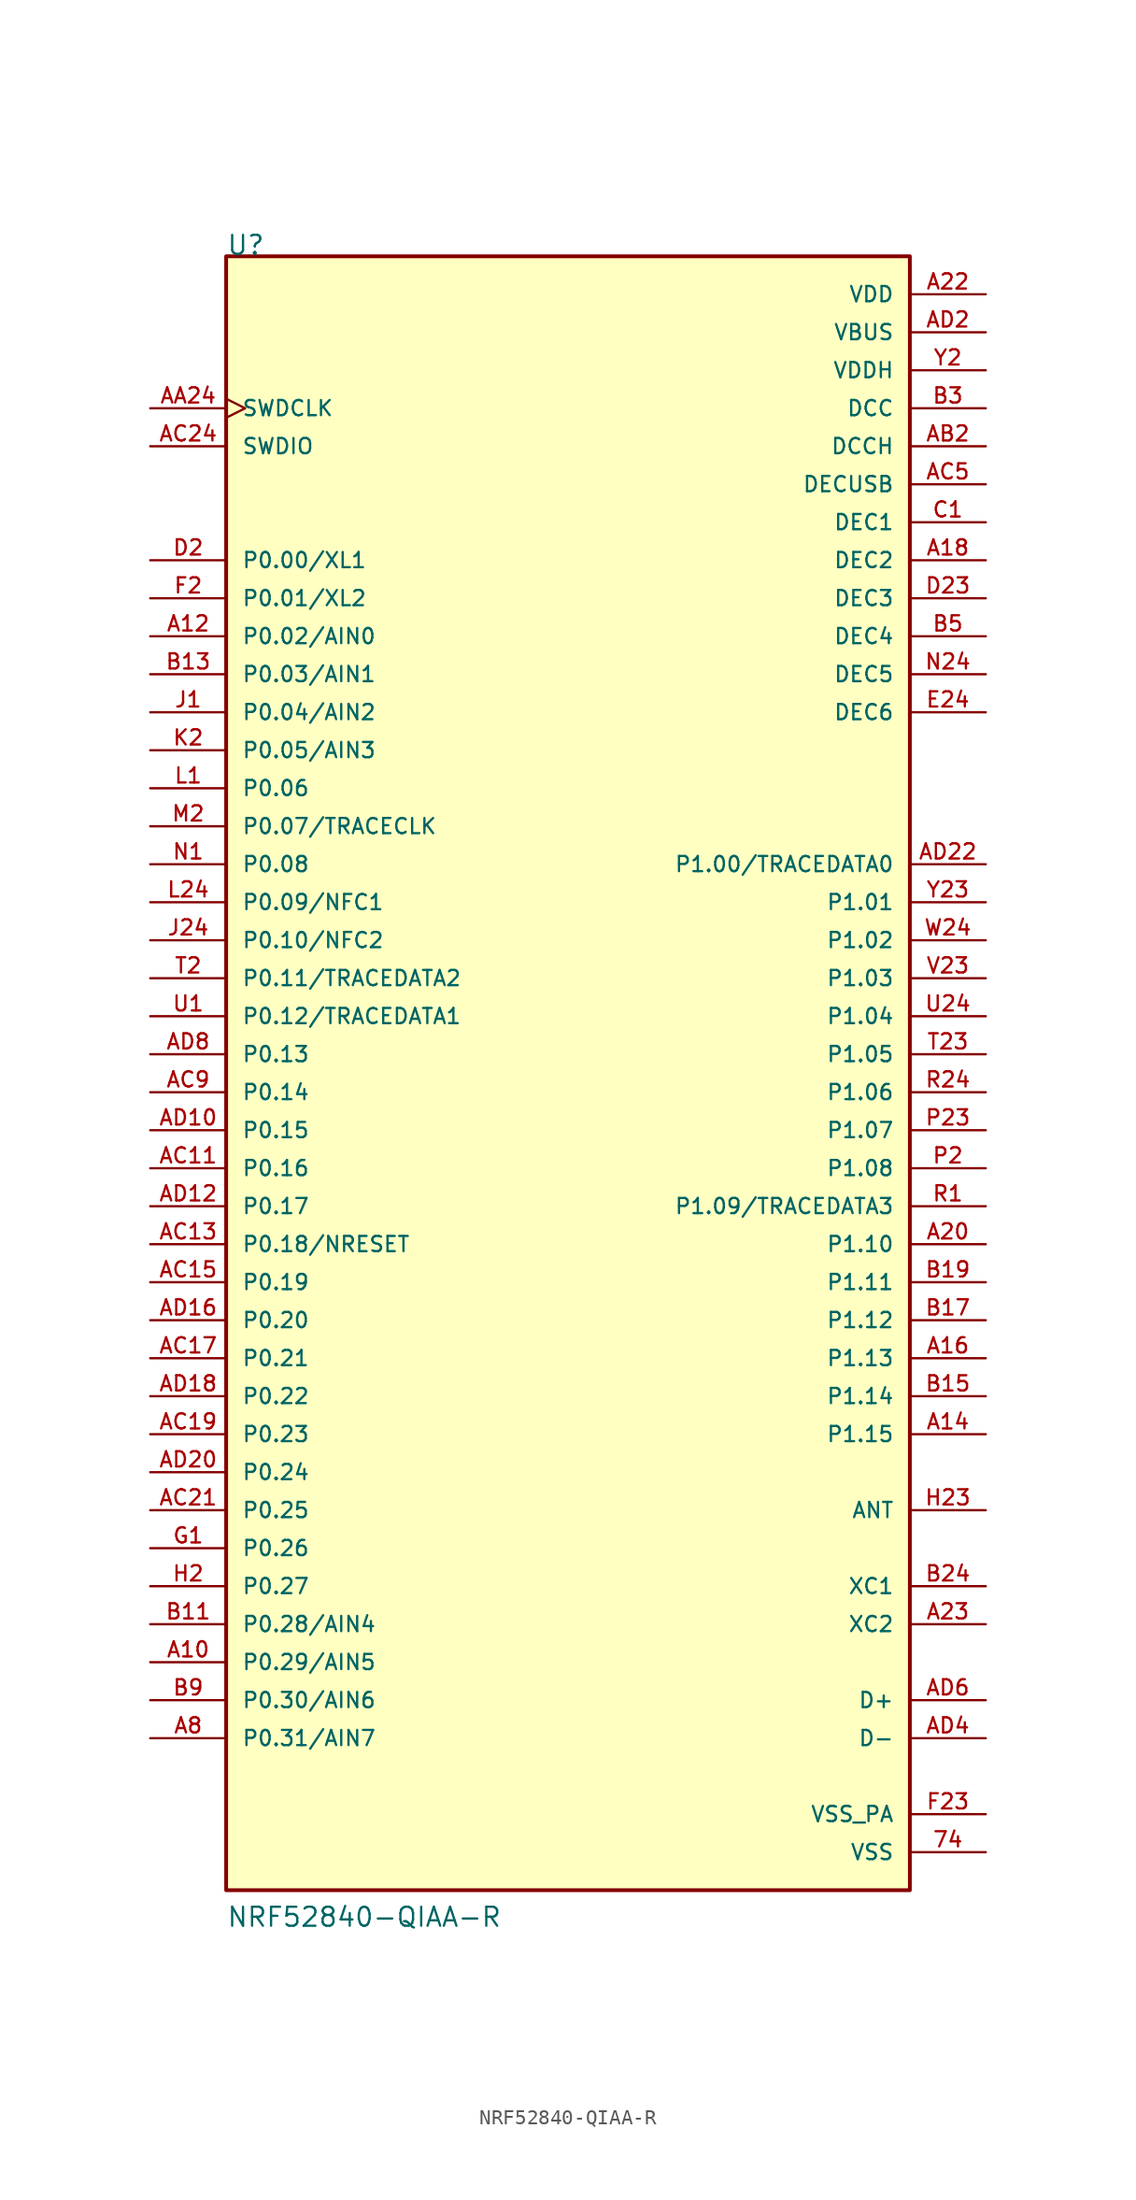
<source format=kicad_sym>
(kicad_symbol_lib
  (version 20211014)
  (generator kicad_symbol_editor)
  (symbol "NRF52840-QIAA-R"
    (pin_names
      (offset 1.016))
    (property "Reference" "U"
      (at -22.86 53.34 0)
      (effects (font (size 1.27 1.27)) (justify bottom left)))
    (property "Value" "NRF52840-QIAA-R"
      (at -22.86 -58.42 0)
      (effects (font (size 1.27 1.27)) (justify bottom left)))
    (symbol "NRF52840-QIAA-R_0_0"
      (rectangle (start -22.86 -55.88) (end 22.86 53.34) (stroke (width 0.254)) (fill (type background)))
      (pin bidirectional line (at -27.94 40.64 0) (length 5.08) (name "SWDIO" (effects (font (size 1.016 1.016)))) (number "AC24" (effects (font (size 1.016 1.016)))))
      (pin bidirectional line (at -27.94 33.02 0) (length 5.08) (name "P0.00/XL1" (effects (font (size 1.016 1.016)))) (number "D2" (effects (font (size 1.016 1.016)))))
      (pin bidirectional line (at -27.94 30.48 0) (length 5.08) (name "P0.01/XL2" (effects (font (size 1.016 1.016)))) (number "F2" (effects (font (size 1.016 1.016)))))
      (pin bidirectional line (at -27.94 27.94 0) (length 5.08) (name "P0.02/AIN0" (effects (font (size 1.016 1.016)))) (number "A12" (effects (font (size 1.016 1.016)))))
      (pin bidirectional line (at -27.94 25.4 0) (length 5.08) (name "P0.03/AIN1" (effects (font (size 1.016 1.016)))) (number "B13" (effects (font (size 1.016 1.016)))))
      (pin bidirectional line (at -27.94 22.86 0) (length 5.08) (name "P0.04/AIN2" (effects (font (size 1.016 1.016)))) (number "J1" (effects (font (size 1.016 1.016)))))
      (pin bidirectional line (at -27.94 20.32 0) (length 5.08) (name "P0.05/AIN3" (effects (font (size 1.016 1.016)))) (number "K2" (effects (font (size 1.016 1.016)))))
      (pin bidirectional line (at -27.94 17.78 0) (length 5.08) (name "P0.06" (effects (font (size 1.016 1.016)))) (number "L1" (effects (font (size 1.016 1.016)))))
      (pin bidirectional line (at -27.94 15.24 0) (length 5.08) (name "P0.07/TRACECLK" (effects (font (size 1.016 1.016)))) (number "M2" (effects (font (size 1.016 1.016)))))
      (pin bidirectional line (at -27.94 12.7 0) (length 5.08) (name "P0.08" (effects (font (size 1.016 1.016)))) (number "N1" (effects (font (size 1.016 1.016)))))
      (pin bidirectional line (at -27.94 10.16 0) (length 5.08) (name "P0.09/NFC1" (effects (font (size 1.016 1.016)))) (number "L24" (effects (font (size 1.016 1.016)))))
      (pin bidirectional line (at -27.94 7.62 0) (length 5.08) (name "P0.10/NFC2" (effects (font (size 1.016 1.016)))) (number "J24" (effects (font (size 1.016 1.016)))))
      (pin bidirectional line (at -27.94 5.08 0) (length 5.08) (name "P0.11/TRACEDATA2" (effects (font (size 1.016 1.016)))) (number "T2" (effects (font (size 1.016 1.016)))))
      (pin bidirectional line (at -27.94 2.54 0) (length 5.08) (name "P0.12/TRACEDATA1" (effects (font (size 1.016 1.016)))) (number "U1" (effects (font (size 1.016 1.016)))))
      (pin bidirectional line (at -27.94 0.0 0) (length 5.08) (name "P0.13" (effects (font (size 1.016 1.016)))) (number "AD8" (effects (font (size 1.016 1.016)))))
      (pin bidirectional line (at -27.94 -2.54 0) (length 5.08) (name "P0.14" (effects (font (size 1.016 1.016)))) (number "AC9" (effects (font (size 1.016 1.016)))))
      (pin bidirectional line (at -27.94 -5.08 0) (length 5.08) (name "P0.15" (effects (font (size 1.016 1.016)))) (number "AD10" (effects (font (size 1.016 1.016)))))
      (pin bidirectional line (at -27.94 -7.62 0) (length 5.08) (name "P0.16" (effects (font (size 1.016 1.016)))) (number "AC11" (effects (font (size 1.016 1.016)))))
      (pin bidirectional line (at -27.94 -10.16 0) (length 5.08) (name "P0.17" (effects (font (size 1.016 1.016)))) (number "AD12" (effects (font (size 1.016 1.016)))))
      (pin bidirectional line (at -27.94 -12.7 0) (length 5.08) (name "P0.18/NRESET" (effects (font (size 1.016 1.016)))) (number "AC13" (effects (font (size 1.016 1.016)))))
      (pin bidirectional line (at -27.94 -15.24 0) (length 5.08) (name "P0.19" (effects (font (size 1.016 1.016)))) (number "AC15" (effects (font (size 1.016 1.016)))))
      (pin bidirectional line (at -27.94 -17.78 0) (length 5.08) (name "P0.20" (effects (font (size 1.016 1.016)))) (number "AD16" (effects (font (size 1.016 1.016)))))
      (pin bidirectional line (at -27.94 -20.32 0) (length 5.08) (name "P0.21" (effects (font (size 1.016 1.016)))) (number "AC17" (effects (font (size 1.016 1.016)))))
      (pin bidirectional line (at -27.94 -22.86 0) (length 5.08) (name "P0.22" (effects (font (size 1.016 1.016)))) (number "AD18" (effects (font (size 1.016 1.016)))))
      (pin bidirectional line (at -27.94 -25.4 0) (length 5.08) (name "P0.23" (effects (font (size 1.016 1.016)))) (number "AC19" (effects (font (size 1.016 1.016)))))
      (pin bidirectional line (at -27.94 -27.94 0) (length 5.08) (name "P0.24" (effects (font (size 1.016 1.016)))) (number "AD20" (effects (font (size 1.016 1.016)))))
      (pin bidirectional line (at -27.94 -30.48 0) (length 5.08) (name "P0.25" (effects (font (size 1.016 1.016)))) (number "AC21" (effects (font (size 1.016 1.016)))))
      (pin bidirectional line (at -27.94 -33.02 0) (length 5.08) (name "P0.26" (effects (font (size 1.016 1.016)))) (number "G1" (effects (font (size 1.016 1.016)))))
      (pin bidirectional line (at -27.94 -35.56 0) (length 5.08) (name "P0.27" (effects (font (size 1.016 1.016)))) (number "H2" (effects (font (size 1.016 1.016)))))
      (pin bidirectional line (at -27.94 -38.1 0) (length 5.08) (name "P0.28/AIN4" (effects (font (size 1.016 1.016)))) (number "B11" (effects (font (size 1.016 1.016)))))
      (pin bidirectional line (at -27.94 -40.64 0) (length 5.08) (name "P0.29/AIN5" (effects (font (size 1.016 1.016)))) (number "A10" (effects (font (size 1.016 1.016)))))
      (pin bidirectional line (at -27.94 -43.18 0) (length 5.08) (name "P0.30/AIN6" (effects (font (size 1.016 1.016)))) (number "B9" (effects (font (size 1.016 1.016)))))
      (pin bidirectional line (at -27.94 -45.72 0) (length 5.08) (name "P0.31/AIN7" (effects (font (size 1.016 1.016)))) (number "A8" (effects (font (size 1.016 1.016)))))
      (pin bidirectional line (at 27.94 12.7 180.0) (length 5.08) (name "P1.00/TRACEDATA0" (effects (font (size 1.016 1.016)))) (number "AD22" (effects (font (size 1.016 1.016)))))
      (pin bidirectional line (at 27.94 10.16 180.0) (length 5.08) (name "P1.01" (effects (font (size 1.016 1.016)))) (number "Y23" (effects (font (size 1.016 1.016)))))
      (pin bidirectional line (at 27.94 7.62 180.0) (length 5.08) (name "P1.02" (effects (font (size 1.016 1.016)))) (number "W24" (effects (font (size 1.016 1.016)))))
      (pin bidirectional line (at 27.94 5.08 180.0) (length 5.08) (name "P1.03" (effects (font (size 1.016 1.016)))) (number "V23" (effects (font (size 1.016 1.016)))))
      (pin bidirectional line (at 27.94 2.54 180.0) (length 5.08) (name "P1.04" (effects (font (size 1.016 1.016)))) (number "U24" (effects (font (size 1.016 1.016)))))
      (pin bidirectional line (at 27.94 0.0 180.0) (length 5.08) (name "P1.05" (effects (font (size 1.016 1.016)))) (number "T23" (effects (font (size 1.016 1.016)))))
      (pin bidirectional line (at 27.94 -2.54 180.0) (length 5.08) (name "P1.06" (effects (font (size 1.016 1.016)))) (number "R24" (effects (font (size 1.016 1.016)))))
      (pin bidirectional line (at 27.94 -5.08 180.0) (length 5.08) (name "P1.07" (effects (font (size 1.016 1.016)))) (number "P23" (effects (font (size 1.016 1.016)))))
      (pin bidirectional line (at 27.94 -7.62 180.0) (length 5.08) (name "P1.08" (effects (font (size 1.016 1.016)))) (number "P2" (effects (font (size 1.016 1.016)))))
      (pin bidirectional line (at 27.94 -10.16 180.0) (length 5.08) (name "P1.09/TRACEDATA3" (effects (font (size 1.016 1.016)))) (number "R1" (effects (font (size 1.016 1.016)))))
      (pin bidirectional line (at 27.94 -12.7 180.0) (length 5.08) (name "P1.10" (effects (font (size 1.016 1.016)))) (number "A20" (effects (font (size 1.016 1.016)))))
      (pin bidirectional line (at 27.94 -15.24 180.0) (length 5.08) (name "P1.11" (effects (font (size 1.016 1.016)))) (number "B19" (effects (font (size 1.016 1.016)))))
      (pin bidirectional line (at 27.94 -17.78 180.0) (length 5.08) (name "P1.12" (effects (font (size 1.016 1.016)))) (number "B17" (effects (font (size 1.016 1.016)))))
      (pin bidirectional line (at 27.94 -20.32 180.0) (length 5.08) (name "P1.13" (effects (font (size 1.016 1.016)))) (number "A16" (effects (font (size 1.016 1.016)))))
      (pin bidirectional line (at 27.94 -22.86 180.0) (length 5.08) (name "P1.14" (effects (font (size 1.016 1.016)))) (number "B15" (effects (font (size 1.016 1.016)))))
      (pin bidirectional line (at 27.94 -25.4 180.0) (length 5.08) (name "P1.15" (effects (font (size 1.016 1.016)))) (number "A14" (effects (font (size 1.016 1.016)))))
      (pin input clock (at -27.94 43.18 0) (length 5.08) (name "SWDCLK" (effects (font (size 1.016 1.016)))) (number "AA24" (effects (font (size 1.016 1.016)))))
      (pin input line (at 27.94 -35.56 180.0) (length 5.08) (name "XC1" (effects (font (size 1.016 1.016)))) (number "B24" (effects (font (size 1.016 1.016)))))
      (pin input line (at 27.94 -38.1 180.0) (length 5.08) (name "XC2" (effects (font (size 1.016 1.016)))) (number "A23" (effects (font (size 1.016 1.016)))))
      (pin passive line (at 27.94 -30.48 180.0) (length 5.08) (name "ANT" (effects (font (size 1.016 1.016)))) (number "H23" (effects (font (size 1.016 1.016)))))
      (pin bidirectional line (at 27.94 -45.72 180.0) (length 5.08) (name "D-" (effects (font (size 1.016 1.016)))) (number "AD4" (effects (font (size 1.016 1.016)))))
      (pin bidirectional line (at 27.94 -43.18 180.0) (length 5.08) (name "D+" (effects (font (size 1.016 1.016)))) (number "AD6" (effects (font (size 1.016 1.016)))))
      (pin power_in line (at 27.94 43.18 180.0) (length 5.08) (name "DCC" (effects (font (size 1.016 1.016)))) (number "B3" (effects (font (size 1.016 1.016)))))
      (pin power_in line (at 27.94 40.64 180.0) (length 5.08) (name "DCCH" (effects (font (size 1.016 1.016)))) (number "AB2" (effects (font (size 1.016 1.016)))))
      (pin power_in line (at 27.94 35.56 180.0) (length 5.08) (name "DEC1" (effects (font (size 1.016 1.016)))) (number "C1" (effects (font (size 1.016 1.016)))))
      (pin power_in line (at 27.94 27.94 180.0) (length 5.08) (name "DEC4" (effects (font (size 1.016 1.016)))) (number "B5" (effects (font (size 1.016 1.016)))))
      (pin power_in line (at 27.94 25.4 180.0) (length 5.08) (name "DEC5" (effects (font (size 1.016 1.016)))) (number "N24" (effects (font (size 1.016 1.016)))))
      (pin power_in line (at 27.94 22.86 180.0) (length 5.08) (name "DEC6" (effects (font (size 1.016 1.016)))) (number "E24" (effects (font (size 1.016 1.016)))))
      (pin power_in line (at 27.94 38.1 180.0) (length 5.08) (name "DECUSB" (effects (font (size 1.016 1.016)))) (number "AC5" (effects (font (size 1.016 1.016)))))
      (pin power_in line (at 27.94 48.26 180.0) (length 5.08) (name "VBUS" (effects (font (size 1.016 1.016)))) (number "AD2" (effects (font (size 1.016 1.016)))))
      (pin power_in line (at 27.94 50.8 180.0) (length 5.08) (name "VDD" (effects (font (size 1.016 1.016)))) (number "A22" (effects (font (size 1.016 1.016)))))
      (pin power_in line (at 27.94 50.8 180.0) (length 5.08) hide (name "VDD" (effects (font (size 1.016 1.016)))) (number "AD14" (effects (font (size 1.016 1.016)))))
      (pin power_in line (at 27.94 50.8 180.0) (length 5.08) hide (name "VDD" (effects (font (size 1.016 1.016)))) (number "AD23" (effects (font (size 1.016 1.016)))))
      (pin power_in line (at 27.94 50.8 180.0) (length 5.08) hide (name "VDD" (effects (font (size 1.016 1.016)))) (number "B1" (effects (font (size 1.016 1.016)))))
      (pin power_in line (at 27.94 50.8 180.0) (length 5.08) hide (name "VDD" (effects (font (size 1.016 1.016)))) (number "W1" (effects (font (size 1.016 1.016)))))
      (pin power_in line (at 27.94 45.72 180.0) (length 5.08) (name "VDDH" (effects (font (size 1.016 1.016)))) (number "Y2" (effects (font (size 1.016 1.016)))))
      (pin power_in line (at 27.94 -53.34 180.0) (length 5.08) (name "VSS" (effects (font (size 1.016 1.016)))) (number "74" (effects (font (size 1.016 1.016)))))
      (pin power_in line (at 27.94 -53.34 180.0) (length 5.08) hide (name "VSS" (effects (font (size 1.016 1.016)))) (number "B7" (effects (font (size 1.016 1.016)))))
      (pin power_in line (at 27.94 -50.8 180.0) (length 5.08) (name "VSS_PA" (effects (font (size 1.016 1.016)))) (number "F23" (effects (font (size 1.016 1.016)))))
      (pin power_in line (at 27.94 30.48 180.0) (length 5.08) (name "DEC3" (effects (font (size 1.016 1.016)))) (number "D23" (effects (font (size 1.016 1.016)))))
      (pin power_in line (at 27.94 33.02 180.0) (length 5.08) (name "DEC2" (effects (font (size 1.016 1.016)))) (number "A18" (effects (font (size 1.016 1.016))))))))
</source>
